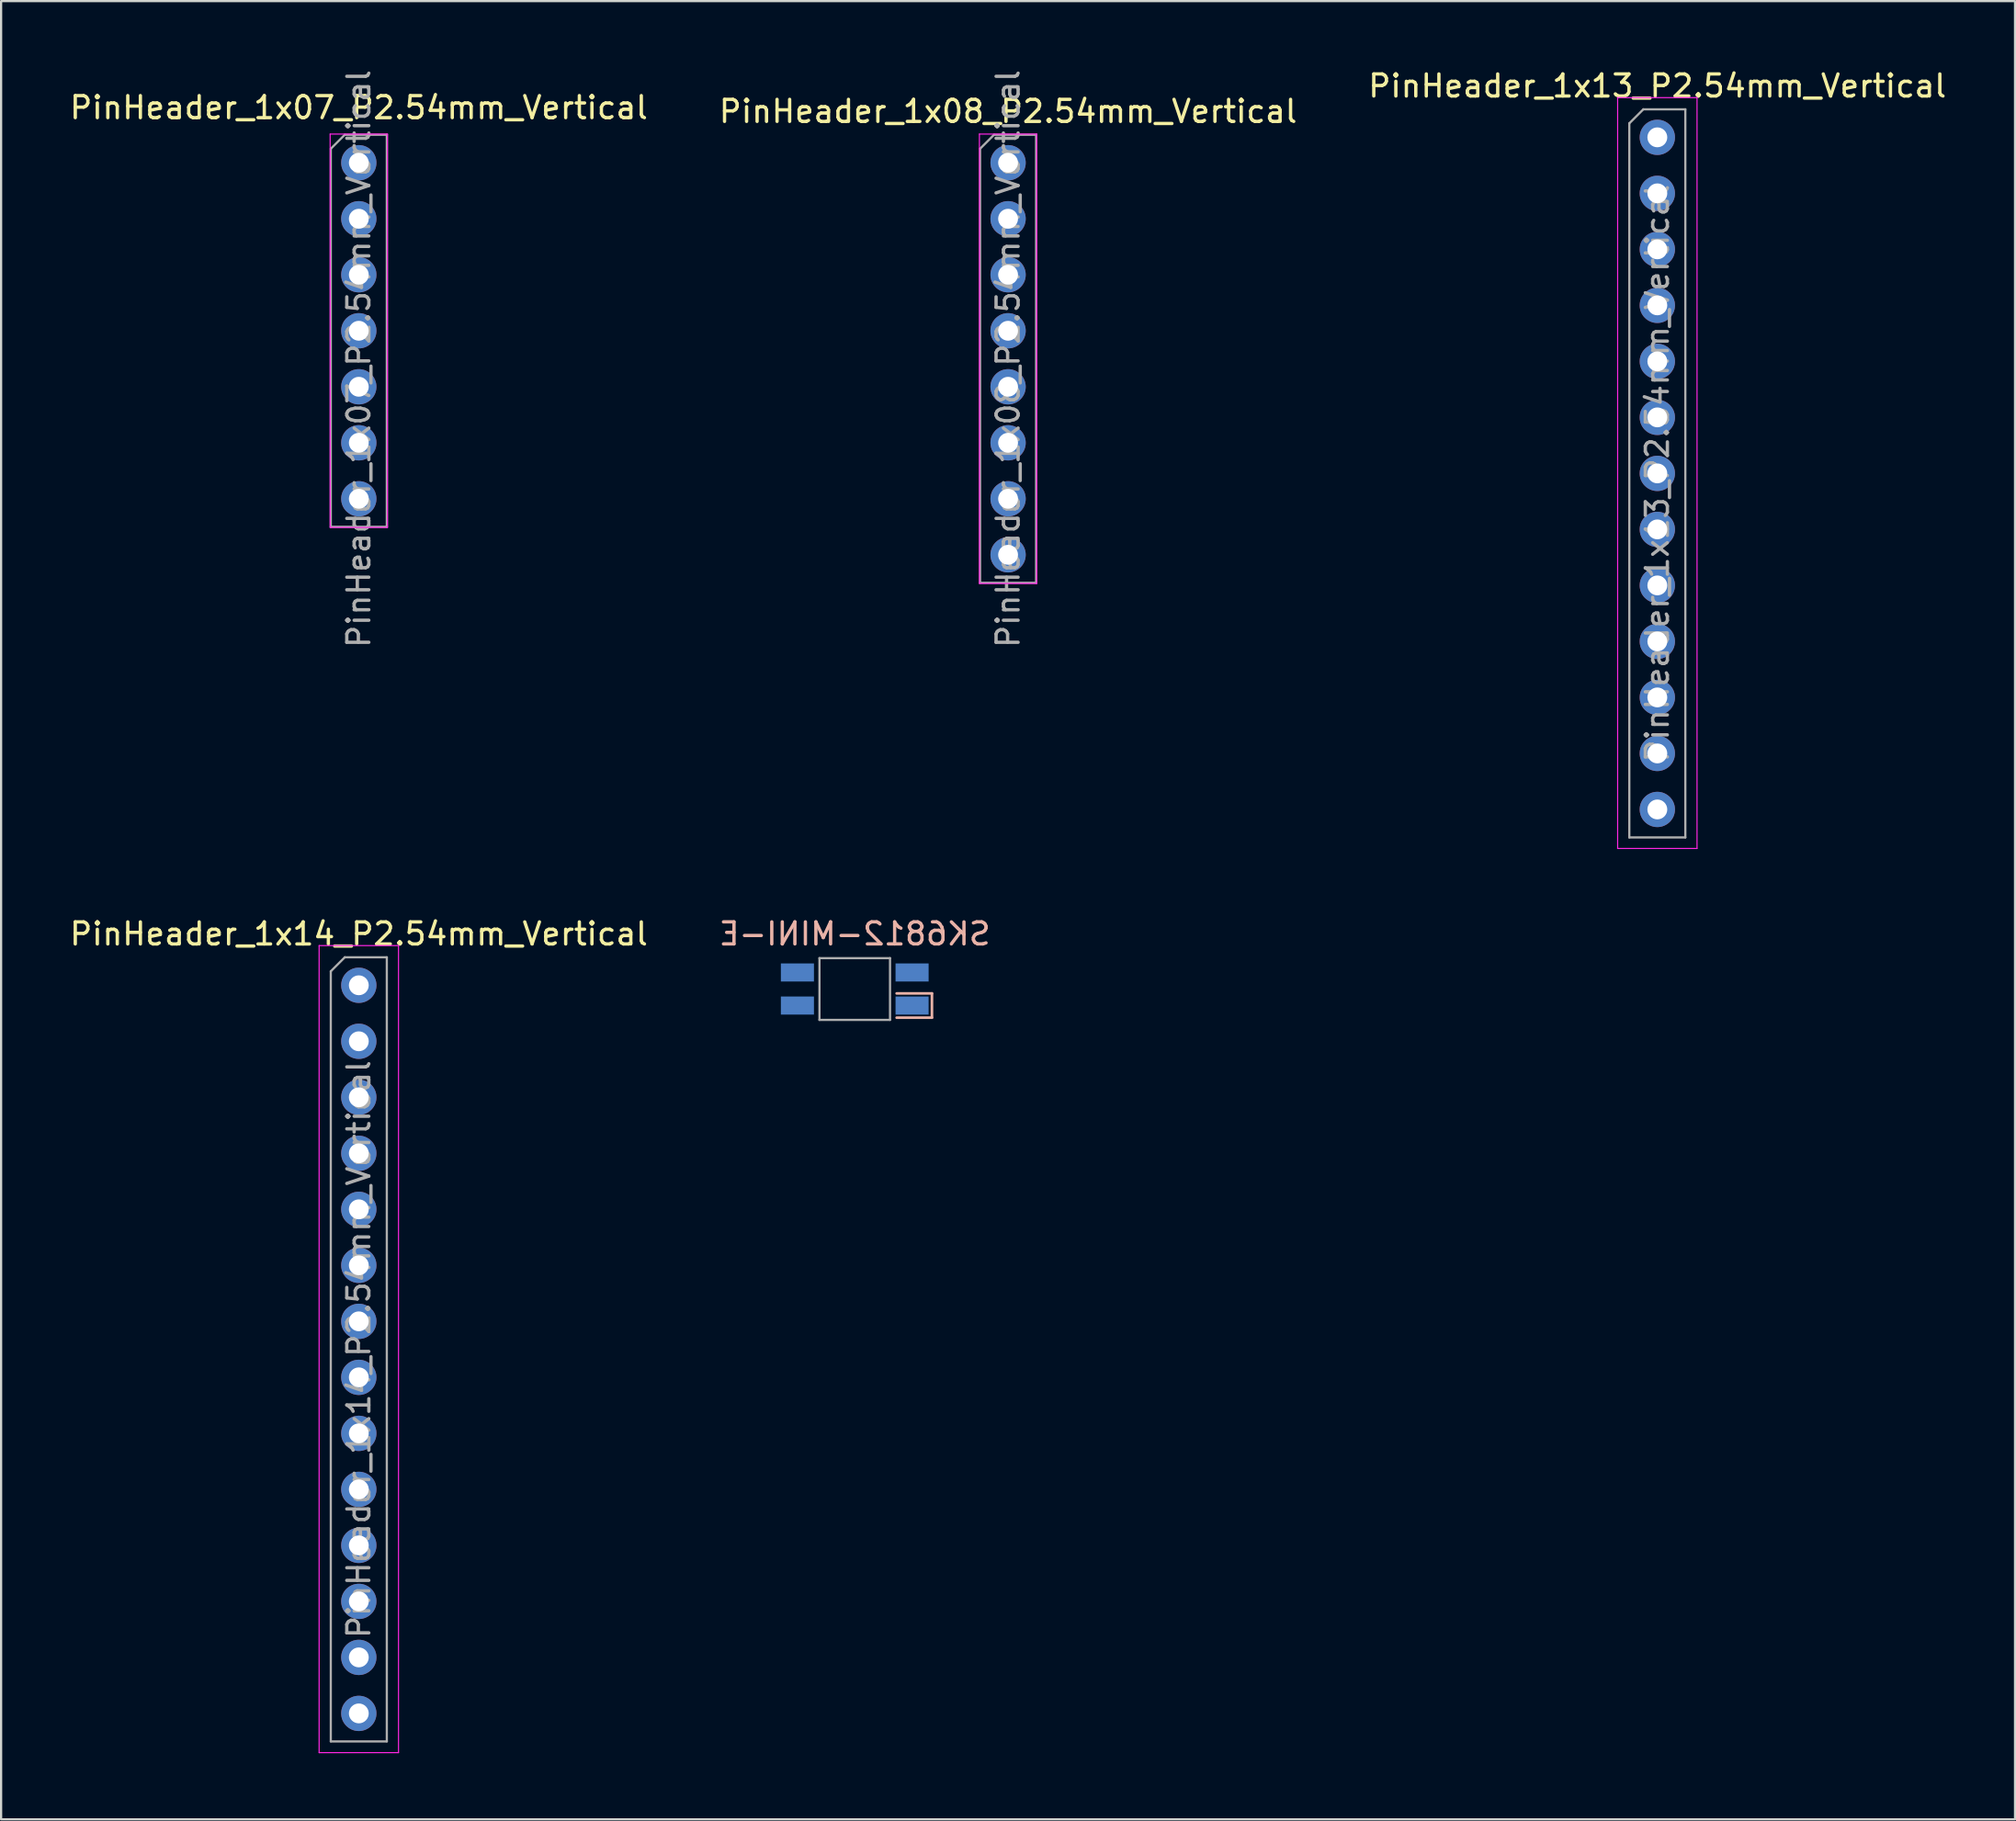
<source format=kicad_pcb>
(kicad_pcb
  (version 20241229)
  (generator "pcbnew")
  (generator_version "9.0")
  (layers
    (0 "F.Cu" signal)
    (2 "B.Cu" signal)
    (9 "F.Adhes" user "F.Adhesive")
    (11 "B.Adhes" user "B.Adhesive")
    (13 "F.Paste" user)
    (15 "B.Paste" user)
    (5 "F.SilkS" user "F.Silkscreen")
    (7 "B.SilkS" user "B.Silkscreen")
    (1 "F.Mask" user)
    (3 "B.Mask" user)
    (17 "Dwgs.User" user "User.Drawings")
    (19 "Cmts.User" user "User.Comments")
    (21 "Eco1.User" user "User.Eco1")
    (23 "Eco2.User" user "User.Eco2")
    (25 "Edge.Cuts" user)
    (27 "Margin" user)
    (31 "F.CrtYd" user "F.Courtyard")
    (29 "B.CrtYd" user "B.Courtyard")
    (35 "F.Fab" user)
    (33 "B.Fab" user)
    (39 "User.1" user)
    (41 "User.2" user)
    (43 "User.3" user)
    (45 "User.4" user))
  (footprint "SK6812-MINI-E"
    (layer "F.Cu")
    (at 35.708 41.801)
    (property "Reference" "SK6812-MINI-E" (at 0 -2.5 0) (layer "B.SilkS") (effects (font (size 1 1) (thickness 0.15)) (justify mirror)))
    (attr through_hole)
    (fp_line (start 1.9 0.2) (end 3.5 0.2) (stroke (width 0.12) (type solid)) (layer "B.SilkS"))
    (fp_line (start 3.5 0.2) (end 3.5 1.3) (stroke (width 0.12) (type solid)) (layer "B.SilkS"))
    (fp_line (start 3.5 1.3) (end 1.9 1.3) (stroke (width 0.12) (type solid)) (layer "B.SilkS"))
    (fp_line (start -1.6 -1.4) (end -1.6 1.4) (stroke (width 0.1) (type solid)) (layer "F.Fab"))
    (fp_line (start -1.6 -1.4) (end 1.6 -1.4) (stroke (width 0.1) (type solid)) (layer "F.Fab"))
    (fp_line (start 1.6 -1.4) (end 1.6 1.4) (stroke (width 0.1) (type solid)) (layer "F.Fab"))
    (fp_line (start 1.6 1.4) (end -1.6 1.4) (stroke (width 0.1) (type solid)) (layer "F.Fab"))
    (pad "1" smd rect (at -2.6 -0.75) (size 1.5 0.82) (layers "B.Cu" "B.Mask" "B.Paste"))
    (pad "2" smd rect (at -2.6 0.75) (size 1.5 0.82) (layers "B.Cu" "B.Mask" "B.Paste"))
    (pad "3" smd rect (at 2.6 0.75) (size 1.5 0.82) (layers "B.Cu" "B.Mask" "B.Paste"))
    (pad "4" smd rect (at 2.6 -0.75) (size 1.5 0.82) (layers "B.Cu" "B.Mask" "B.Paste")))
  (footprint "PinHeader_1x08_P2.54mm_Vertical"
    (layer "F.Cu")
    (at 42.661 4.33)
    (property "Reference" "PinHeader_1x08_P2.54mm_Vertical" (at 0 -2.33 0) (layer "F.SilkS") (effects (font (size 1 1) (thickness 0.15))))
    (attr through_hole)
    (fp_line (start -1.3 -1.3) (end -1.3 19.08) (stroke (width 0.05) (type solid)) (layer "F.CrtYd"))
    (fp_line (start -1.3 19.08) (end 1.3 19.08) (stroke (width 0.05) (type solid)) (layer "F.CrtYd"))
    (fp_line (start 1.3 -1.3) (end -1.3 -1.3) (stroke (width 0.05) (type solid)) (layer "F.CrtYd"))
    (fp_line (start 1.3 19.08) (end 1.3 -1.3) (stroke (width 0.05) (type solid)) (layer "F.CrtYd"))
    (fp_line (start -1.27 -0.635) (end -0.635 -1.27) (stroke (width 0.1) (type solid)) (layer "F.Fab"))
    (fp_line (start -1.27 19.05) (end -1.27 -0.635) (stroke (width 0.1) (type solid)) (layer "F.Fab"))
    (fp_line (start -0.635 -1.27) (end 1.27 -1.27) (stroke (width 0.1) (type solid)) (layer "F.Fab"))
    (fp_line (start 1.27 -1.27) (end 1.27 19.05) (stroke (width 0.1) (type solid)) (layer "F.Fab"))
    (fp_line (start 1.27 19.05) (end -1.27 19.05) (stroke (width 0.1) (type solid)) (layer "F.Fab"))
    (fp_text user "${REFERENCE}" (at 0 8.89 90) (layer "F.Fab") (effects (font (size 1 1) (thickness 0.15))))
    (pad "1" thru_hole circle (at 0 0) (size 1.6 1.6) (drill 0.9) (layers "*.Cu" "*.Mask"))
    (pad "2" thru_hole circle (at 0 2.54) (size 1.6 1.6) (drill 0.9) (layers "*.Cu" "*.Mask"))
    (pad "3" thru_hole circle (at 0 5.08) (size 1.6 1.6) (drill 0.9) (layers "*.Cu" "*.Mask"))
    (pad "4" thru_hole circle (at 0 7.62) (size 1.6 1.6) (drill 0.9) (layers "*.Cu" "*.Mask"))
    (pad "5" thru_hole circle (at 0 10.16) (size 1.6 1.6) (drill 0.9) (layers "*.Cu" "*.Mask"))
    (pad "6" thru_hole circle (at 0 12.7) (size 1.6 1.6) (drill 0.9) (layers "*.Cu" "*.Mask"))
    (pad "7" thru_hole circle (at 0 15.24) (size 1.6 1.6) (drill 0.9) (layers "*.Cu" "*.Mask"))
    (pad "8" thru_hole circle (at 0 17.78) (size 1.6 1.6) (drill 0.9) (layers "*.Cu" "*.Mask")))
  (footprint "PinHeader_1x07_P2.54mm_Vertical"
    (layer "F.Cu")
    (at 13.22 4.33)
    (property "Reference" "PinHeader_1x07_P2.54mm_Vertical" (at 0 -2.5 0) (layer "F.SilkS") (effects (font (size 1 1) (thickness 0.15))))
    (attr through_hole)
    (fp_line (start -1.3 -1.3) (end -1.3 16.54) (stroke (width 0.05) (type solid)) (layer "F.CrtYd"))
    (fp_line (start -1.3 16.54) (end 1.3 16.54) (stroke (width 0.05) (type solid)) (layer "F.CrtYd"))
    (fp_line (start 1.3 -1.3) (end -1.3 -1.3) (stroke (width 0.05) (type solid)) (layer "F.CrtYd"))
    (fp_line (start 1.3 16.54) (end 1.3 -1.3) (stroke (width 0.05) (type solid)) (layer "F.CrtYd"))
    (fp_line (start -1.27 -0.635) (end -0.635 -1.27) (stroke (width 0.1) (type solid)) (layer "F.Fab"))
    (fp_line (start -1.27 16.51) (end -1.27 -0.635) (stroke (width 0.1) (type solid)) (layer "F.Fab"))
    (fp_line (start -0.635 -1.27) (end 1.27 -1.27) (stroke (width 0.1) (type solid)) (layer "F.Fab"))
    (fp_line (start 1.27 -1.27) (end 1.27 16.51) (stroke (width 0.1) (type solid)) (layer "F.Fab"))
    (fp_line (start 1.27 16.51) (end -1.27 16.51) (stroke (width 0.1) (type solid)) (layer "F.Fab"))
    (fp_text user "${REFERENCE}" (at 0 8.89 90) (layer "F.Fab") (effects (font (size 1 1) (thickness 0.15))))
    (pad "1" thru_hole circle (at 0 0) (size 1.6 1.6) (drill 0.9) (layers "*.Cu" "*.Mask"))
    (pad "2" thru_hole circle (at 0 2.54) (size 1.6 1.6) (drill 0.9) (layers "*.Cu" "*.Mask"))
    (pad "3" thru_hole circle (at 0 5.08) (size 1.6 1.6) (drill 0.9) (layers "*.Cu" "*.Mask"))
    (pad "4" thru_hole circle (at 0 7.62) (size 1.6 1.6) (drill 0.9) (layers "*.Cu" "*.Mask"))
    (pad "5" thru_hole circle (at 0 10.16) (size 1.6 1.6) (drill 0.9) (layers "*.Cu" "*.Mask"))
    (pad "6" thru_hole circle (at 0 12.7) (size 1.6 1.6) (drill 0.9) (layers "*.Cu" "*.Mask"))
    (pad "7" thru_hole circle (at 0 15.24) (size 1.6 1.6) (drill 0.9) (layers "*.Cu" "*.Mask")))
  (footprint "PinHeader_1x13_P2.54mm_Vertical"
    (layer "F.Cu")
    (at 72.101 3.178)
    (property "Reference" "PinHeader_1x13_P2.54mm_Vertical" (at 0 -2.33 0) (layer "F.SilkS") (effects (font (size 1 1) (thickness 0.15))))
    (attr through_hole)
    (fp_line (start -1.8 -1.8) (end -1.8 32.25) (stroke (width 0.05) (type solid)) (layer "F.CrtYd"))
    (fp_line (start -1.8 32.25) (end 1.8 32.25) (stroke (width 0.05) (type solid)) (layer "F.CrtYd"))
    (fp_line (start 1.8 -1.8) (end -1.8 -1.8) (stroke (width 0.05) (type solid)) (layer "F.CrtYd"))
    (fp_line (start 1.8 32.25) (end 1.8 -1.8) (stroke (width 0.05) (type solid)) (layer "F.CrtYd"))
    (fp_line (start -1.27 -0.635) (end -0.635 -1.27) (stroke (width 0.1) (type solid)) (layer "F.Fab"))
    (fp_line (start -1.27 31.75) (end -1.27 -0.635) (stroke (width 0.1) (type solid)) (layer "F.Fab"))
    (fp_line (start -0.635 -1.27) (end 1.27 -1.27) (stroke (width 0.1) (type solid)) (layer "F.Fab"))
    (fp_line (start 1.27 -1.27) (end 1.27 31.75) (stroke (width 0.1) (type solid)) (layer "F.Fab"))
    (fp_line (start 1.27 31.75) (end -1.27 31.75) (stroke (width 0.1) (type solid)) (layer "F.Fab"))
    (fp_text user "${REFERENCE}" (at 0 15.24 90) (layer "F.Fab") (effects (font (size 1 1) (thickness 0.15))))
    (pad "1" thru_hole circle (at 0 0) (size 1.6 1.6) (drill 0.9) (layers "*.Cu" "*.Mask"))
    (pad "2" thru_hole circle (at 0 2.54) (size 1.6 1.6) (drill 0.9) (layers "*.Cu" "*.Mask"))
    (pad "3" thru_hole circle (at 0 5.08) (size 1.6 1.6) (drill 0.9) (layers "*.Cu" "*.Mask"))
    (pad "4" thru_hole circle (at 0 7.62) (size 1.6 1.6) (drill 0.9) (layers "*.Cu" "*.Mask"))
    (pad "5" thru_hole circle (at 0 10.16) (size 1.6 1.6) (drill 0.9) (layers "*.Cu" "*.Mask"))
    (pad "6" thru_hole circle (at 0 12.7) (size 1.6 1.6) (drill 0.9) (layers "*.Cu" "*.Mask"))
    (pad "7" thru_hole circle (at 0 15.24) (size 1.6 1.6) (drill 0.9) (layers "*.Cu" "*.Mask"))
    (pad "8" thru_hole circle (at 0 17.78) (size 1.6 1.6) (drill 0.9) (layers "*.Cu" "*.Mask"))
    (pad "9" thru_hole circle (at 0 20.32) (size 1.6 1.6) (drill 0.9) (layers "*.Cu" "*.Mask"))
    (pad "10" thru_hole circle (at 0 22.86) (size 1.6 1.6) (drill 0.9) (layers "*.Cu" "*.Mask"))
    (pad "11" thru_hole circle (at 0 25.4) (size 1.6 1.6) (drill 0.9) (layers "*.Cu" "*.Mask"))
    (pad "12" thru_hole circle (at 0 27.94) (size 1.6 1.6) (drill 0.9) (layers "*.Cu" "*.Mask"))
    (pad "13" thru_hole circle (at 0 30.48) (size 1.6 1.6) (drill 0.9) (layers "*.Cu" "*.Mask")))
  (footprint "PinHeader_1x14_P2.54mm_Vertical"
    (layer "F.Cu")
    (at 13.22 41.632)
    (property "Reference" "PinHeader_1x14_P2.54mm_Vertical" (at 0 -2.33 0) (layer "F.SilkS") (effects (font (size 1 1) (thickness 0.15))))
    (attr through_hole)
    (fp_line (start -1.8 -1.8) (end -1.8 34.8) (stroke (width 0.05) (type solid)) (layer "F.CrtYd"))
    (fp_line (start -1.8 34.8) (end 1.8 34.8) (stroke (width 0.05) (type solid)) (layer "F.CrtYd"))
    (fp_line (start 1.8 -1.8) (end -1.8 -1.8) (stroke (width 0.05) (type solid)) (layer "F.CrtYd"))
    (fp_line (start 1.8 34.8) (end 1.8 -1.8) (stroke (width 0.05) (type solid)) (layer "F.CrtYd"))
    (fp_line (start -1.27 -0.635) (end -0.635 -1.27) (stroke (width 0.1) (type solid)) (layer "F.Fab"))
    (fp_line (start -1.27 34.29) (end -1.27 -0.635) (stroke (width 0.1) (type solid)) (layer "F.Fab"))
    (fp_line (start -0.635 -1.27) (end 1.27 -1.27) (stroke (width 0.1) (type solid)) (layer "F.Fab"))
    (fp_line (start 1.27 -1.27) (end 1.27 34.29) (stroke (width 0.1) (type solid)) (layer "F.Fab"))
    (fp_line (start 1.27 34.29) (end -1.27 34.29) (stroke (width 0.1) (type solid)) (layer "F.Fab"))
    (fp_text user "${REFERENCE}" (at 0 16.51 90) (layer "F.Fab") (effects (font (size 1 1) (thickness 0.15))))
    (pad "1" thru_hole circle (at 0 0) (size 1.6 1.6) (drill 0.9) (layers "*.Cu" "*.Mask"))
    (pad "2" thru_hole oval (at 0 2.54) (size 1.6 1.6) (drill 0.9) (layers "*.Cu" "*.Mask"))
    (pad "3" thru_hole oval (at 0 5.08) (size 1.6 1.6) (drill 0.9) (layers "*.Cu" "*.Mask"))
    (pad "4" thru_hole oval (at 0 7.62) (size 1.6 1.6) (drill 0.9) (layers "*.Cu" "*.Mask"))
    (pad "5" thru_hole oval (at 0 10.16) (size 1.6 1.6) (drill 0.9) (layers "*.Cu" "*.Mask"))
    (pad "6" thru_hole oval (at 0 12.7) (size 1.6 1.6) (drill 0.9) (layers "*.Cu" "*.Mask"))
    (pad "7" thru_hole oval (at 0 15.24) (size 1.6 1.6) (drill 0.9) (layers "*.Cu" "*.Mask"))
    (pad "8" thru_hole oval (at 0 17.78) (size 1.6 1.6) (drill 0.9) (layers "*.Cu" "*.Mask"))
    (pad "9" thru_hole oval (at 0 20.32) (size 1.6 1.6) (drill 0.9) (layers "*.Cu" "*.Mask"))
    (pad "10" thru_hole oval (at 0 22.86) (size 1.6 1.6) (drill 0.9) (layers "*.Cu" "*.Mask"))
    (pad "11" thru_hole oval (at 0 25.4) (size 1.6 1.6) (drill 0.9) (layers "*.Cu" "*.Mask"))
    (pad "12" thru_hole oval (at 0 27.94) (size 1.6 1.6) (drill 0.9) (layers "*.Cu" "*.Mask"))
    (pad "13" thru_hole oval (at 0 30.48) (size 1.6 1.6) (drill 0.9) (layers "*.Cu" "*.Mask"))
    (pad "14" thru_hole oval (at 0 33.02) (size 1.6 1.6) (drill 0.9) (layers "*.Cu" "*.Mask")))
  (gr_rect
    (start -3 -3)
    (end 88.321 79.457)
    (stroke (width 0.1) (type default))
    (fill no)
    (layer "Edge.Cuts")))
</source>
